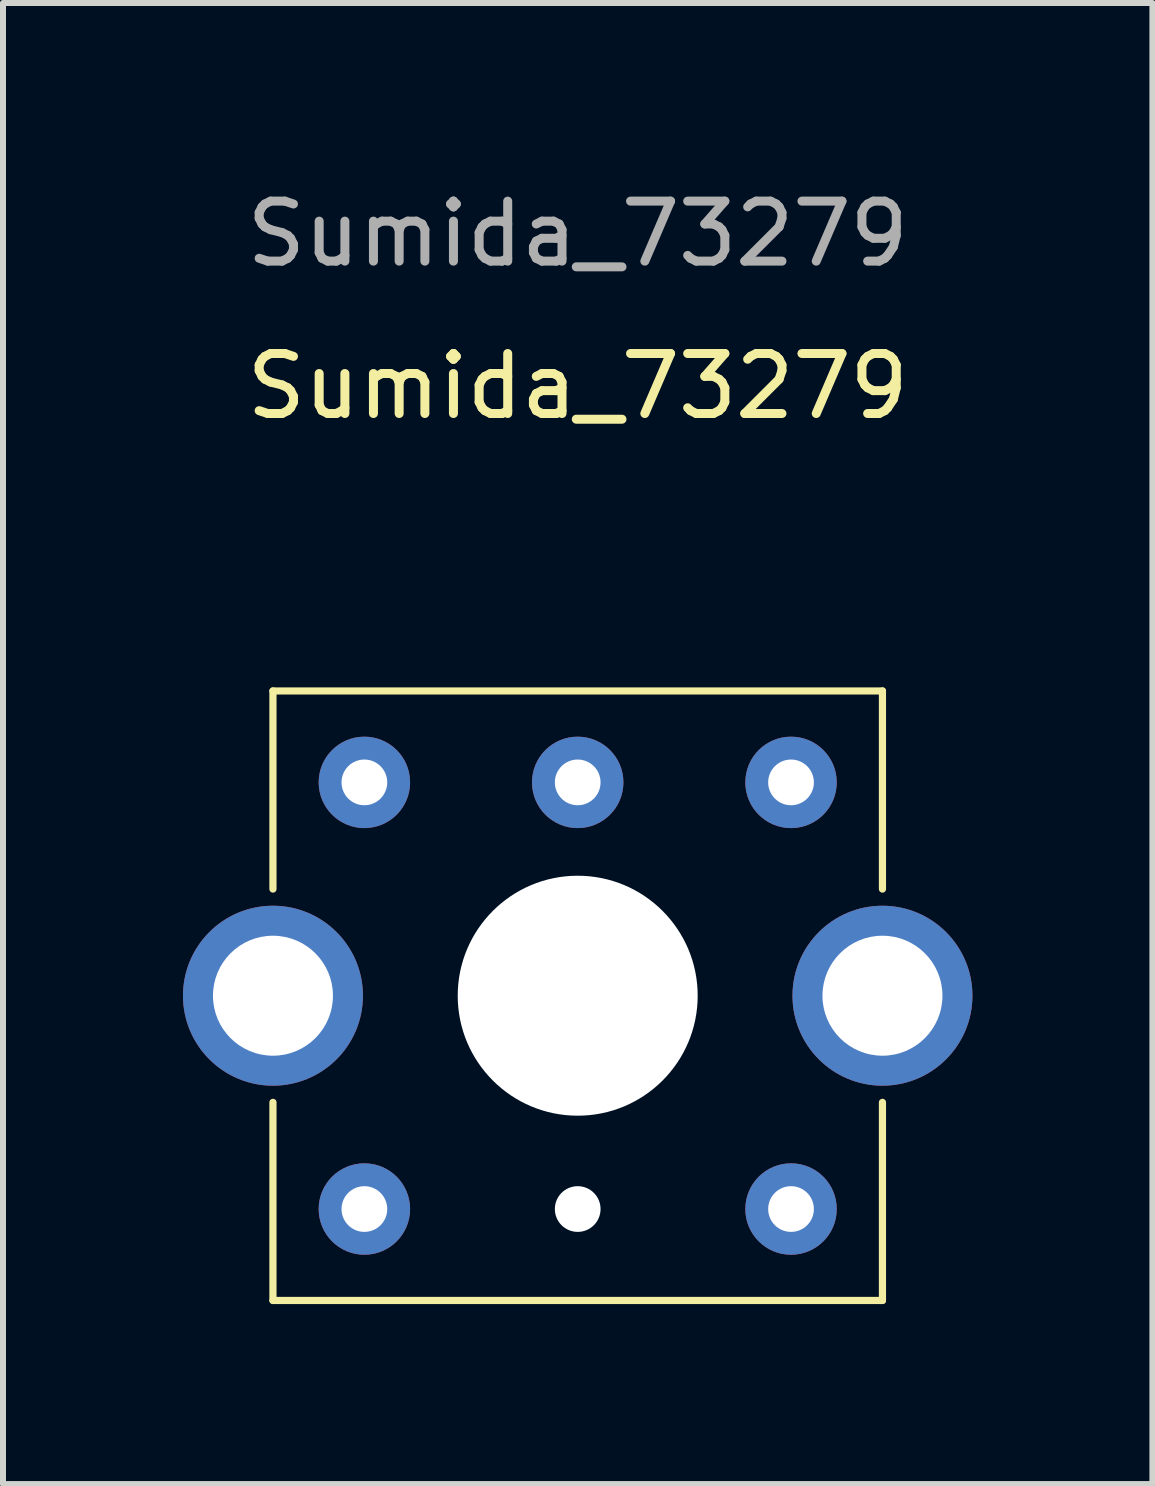
<source format=kicad_pcb>
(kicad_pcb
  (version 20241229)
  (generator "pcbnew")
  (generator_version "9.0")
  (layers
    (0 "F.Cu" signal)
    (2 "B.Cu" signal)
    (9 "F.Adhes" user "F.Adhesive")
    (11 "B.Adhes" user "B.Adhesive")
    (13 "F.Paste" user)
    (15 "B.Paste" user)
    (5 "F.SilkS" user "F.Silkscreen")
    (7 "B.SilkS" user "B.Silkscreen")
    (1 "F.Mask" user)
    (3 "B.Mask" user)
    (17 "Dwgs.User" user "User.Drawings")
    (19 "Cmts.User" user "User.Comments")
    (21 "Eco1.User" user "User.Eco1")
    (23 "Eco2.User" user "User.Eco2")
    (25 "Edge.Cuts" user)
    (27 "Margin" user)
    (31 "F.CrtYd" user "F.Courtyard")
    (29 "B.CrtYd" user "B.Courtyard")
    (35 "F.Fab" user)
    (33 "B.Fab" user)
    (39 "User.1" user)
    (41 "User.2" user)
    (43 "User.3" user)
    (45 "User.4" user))
  (footprint "Sumida_73279"
    (layer "F.Cu")
    (at 6.58 13.548)
    (property "Reference" "Sumida_73279" (at 0 -10.16 0) (unlocked yes) (layer "F.SilkS") (effects (font (size 1 1) (thickness 0.15))))
    (attr through_hole)
    (fp_line (start -5.08 -5.08) (end -5.08 -1.778) (stroke (width 0.12) (type solid)) (layer "F.SilkS"))
    (fp_line (start -5.08 1.778) (end -5.08 5.08) (stroke (width 0.12) (type solid)) (layer "F.SilkS"))
    (fp_line (start -5.08 5.08) (end 5.08 5.08) (stroke (width 0.12) (type solid)) (layer "F.SilkS"))
    (fp_line (start 5.08 -5.08) (end -5.08 -5.08) (stroke (width 0.12) (type solid)) (layer "F.SilkS"))
    (fp_line (start 5.08 -1.778) (end 5.08 -5.08) (stroke (width 0.12) (type solid)) (layer "F.SilkS"))
    (fp_line (start 5.08 5.08) (end 5.08 1.778) (stroke (width 0.12) (type solid)) (layer "F.SilkS"))
    (fp_text user "${REFERENCE}" (at 0 -12.7 0) (unlocked yes) (layer "F.Fab") (effects (font (size 1 1) (thickness 0.15))))
    (pad "1" thru_hole circle (at 3.556 -3.556) (size 1.524 1.524) (drill 0.762) (layers "*.Cu" "*.Mask"))
    (pad "2" thru_hole circle (at 0 -3.556) (size 1.524 1.524) (drill 0.762) (layers "*.Cu" "*.Mask"))
    (pad "3" thru_hole circle (at -3.556 -3.556) (size 1.524 1.524) (drill 0.762) (layers "*.Cu" "*.Mask"))
    (pad "4" thru_hole circle (at -3.556 3.556) (size 1.524 1.524) (drill 0.762) (layers "*.Cu" "*.Mask"))
    (pad "5" thru_hole circle (at 0 3.556) (size 1.524 1.524) (drill 0.762) (layers "*.Cu") (remove_unused_layers yes) (zone_layer_connections))
    (pad "6" thru_hole circle (at 3.556 3.556) (size 1.524 1.524) (drill 0.762) (layers "*.Cu" "*.Mask"))
    (pad "7" thru_hole circle (at 0 0) (size 5 5) (drill 4) (layers "*.Cu" "*.Mask") (remove_unused_layers yes) (zone_layer_connections))
    (pad "S" thru_hole circle (at -5.08 0) (size 3 3) (drill 2) (layers "*.Cu" "*.Mask"))
    (pad "S" thru_hole circle (at 5.08 0) (size 3 3) (drill 2) (layers "*.Cu" "*.Mask")))
  (gr_rect
    (start -3 -3)
    (end 16.16 21.688)
    (stroke (width 0.1) (type default))
    (fill no)
    (layer "Edge.Cuts")))
</source>
